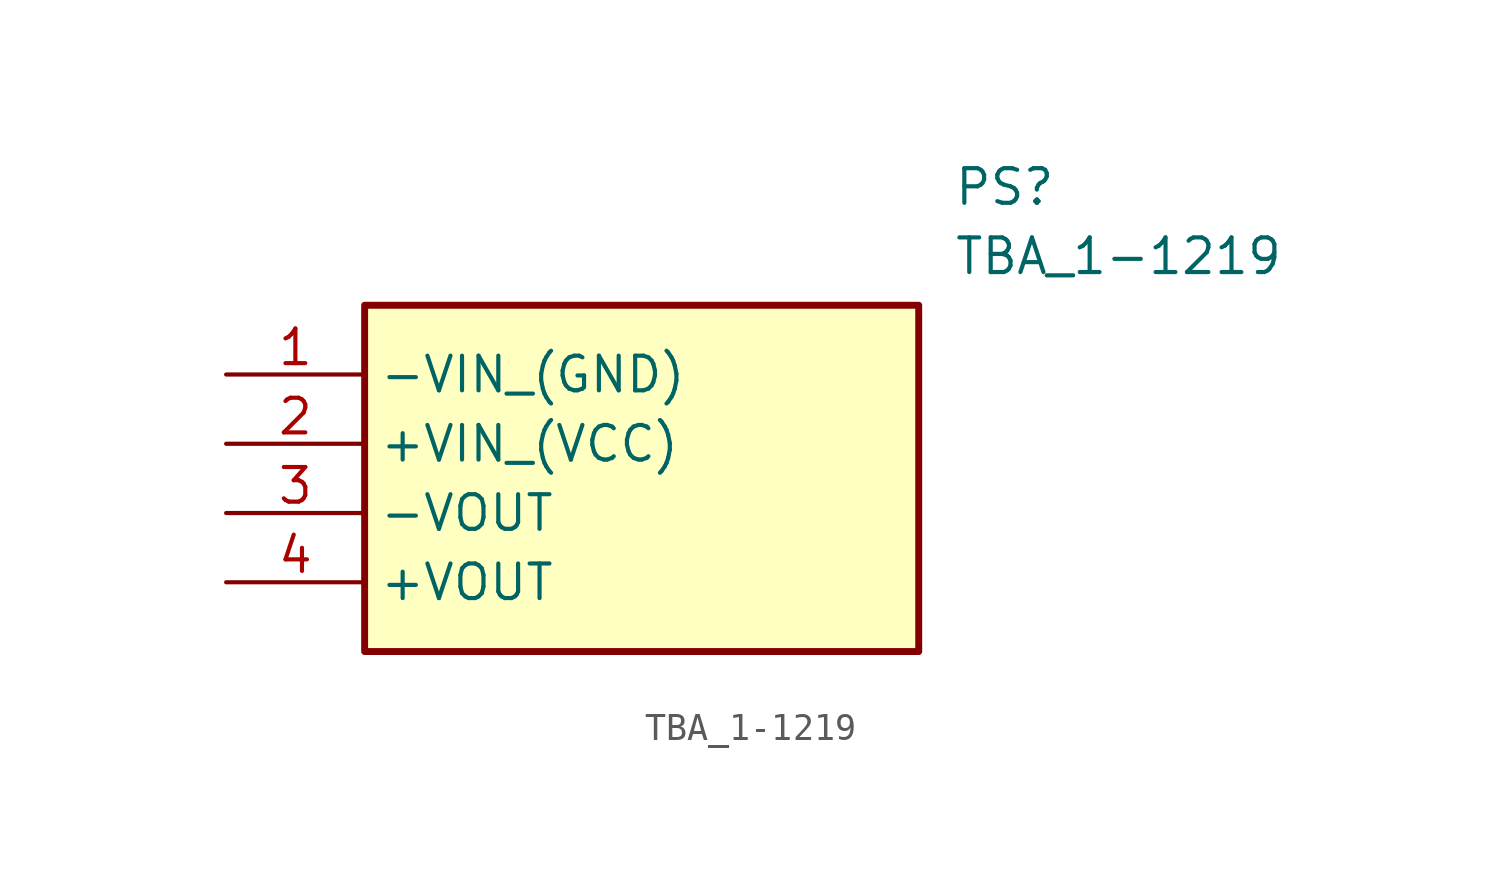
<source format=kicad_sym>
(kicad_symbol_lib
  (version 20211014)
  (generator SamacSys_ECAD_Model)
  (symbol "TBA_1-1219"
    (property "Reference" "PS"
      (at 26.67 7.62 0)
      (effects (font (size 1.27 1.27)) (justify left top)))
    (property "Value" "TBA_1-1219"
      (at 26.67 5.08 0)
      (effects (font (size 1.27 1.27)) (justify left top)))
    (rectangle
      (start 5.08 2.54)
      (end 25.4 -10.16)
      (stroke (width 0.254) (type default))
      (fill (type background)))
    (pin passive line
      (at 0 0 0)
      (length 5.08)
      (name "-VIN_(GND)" (effects (font (size 1.27 1.27))))
      (number "1" (effects (font (size 1.27 1.27)))))
    (pin passive line
      (at 0 -2.54 0)
      (length 5.08)
      (name "+VIN_(VCC)" (effects (font (size 1.27 1.27))))
      (number "2" (effects (font (size 1.27 1.27)))))
    (pin passive line
      (at 0 -5.08 0)
      (length 5.08)
      (name "-VOUT" (effects (font (size 1.27 1.27))))
      (number "3" (effects (font (size 1.27 1.27)))))
    (pin passive line
      (at 0 -7.62 0)
      (length 5.08)
      (name "+VOUT" (effects (font (size 1.27 1.27))))
      (number "4" (effects (font (size 1.27 1.27)))))))
</source>
